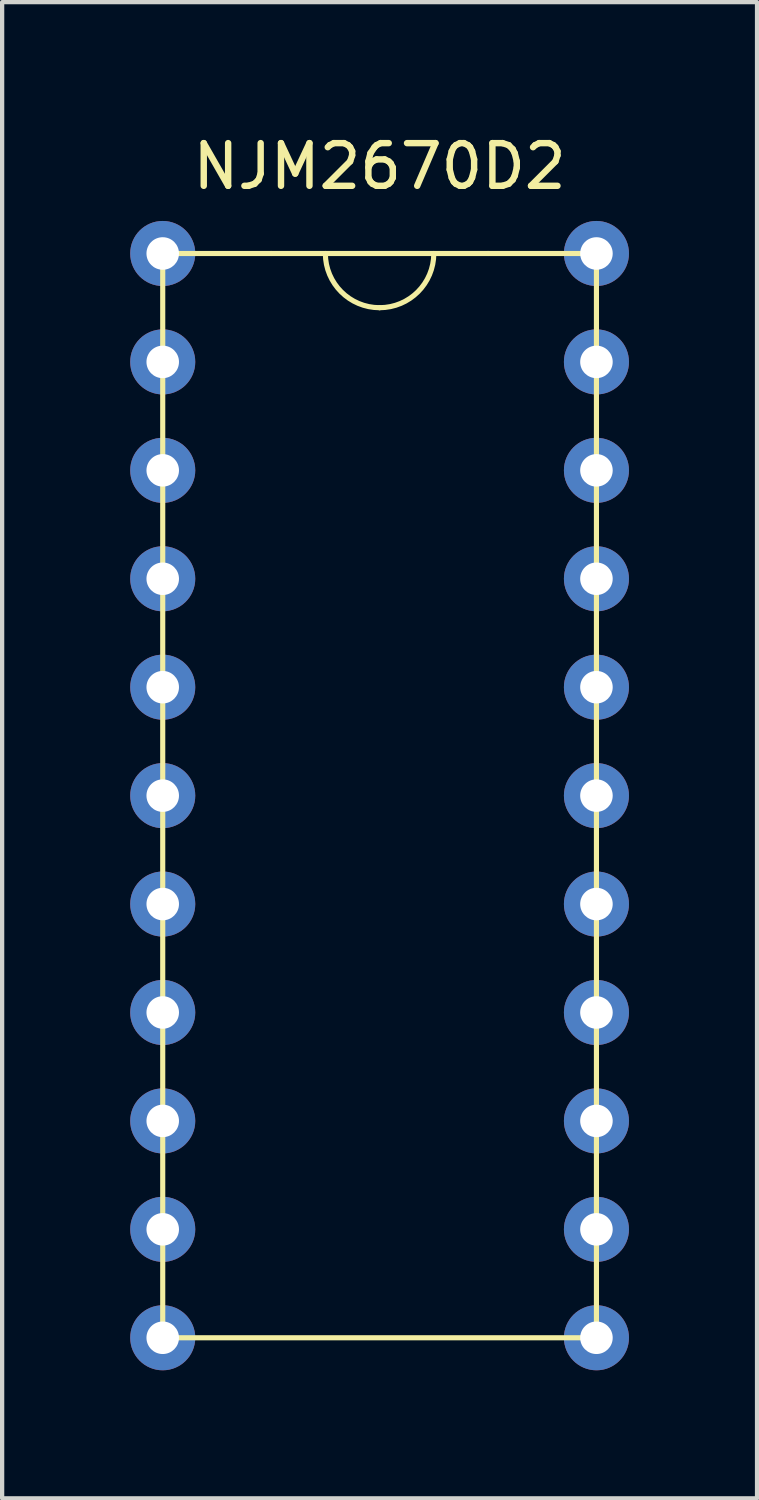
<source format=kicad_pcb>
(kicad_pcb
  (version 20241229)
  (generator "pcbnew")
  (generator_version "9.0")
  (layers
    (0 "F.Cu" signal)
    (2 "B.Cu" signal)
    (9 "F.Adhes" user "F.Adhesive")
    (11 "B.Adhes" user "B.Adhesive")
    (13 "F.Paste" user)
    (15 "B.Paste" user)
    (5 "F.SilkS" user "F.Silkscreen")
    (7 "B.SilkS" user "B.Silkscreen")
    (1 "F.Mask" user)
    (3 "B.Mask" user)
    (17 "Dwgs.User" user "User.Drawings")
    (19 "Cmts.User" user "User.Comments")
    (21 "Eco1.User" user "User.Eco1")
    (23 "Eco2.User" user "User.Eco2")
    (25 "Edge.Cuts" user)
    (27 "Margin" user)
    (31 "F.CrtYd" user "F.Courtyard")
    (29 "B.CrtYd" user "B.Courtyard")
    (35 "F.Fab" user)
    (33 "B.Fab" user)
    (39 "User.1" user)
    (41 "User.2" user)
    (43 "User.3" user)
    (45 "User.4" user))
  (footprint "NJM2670D2"
    (layer "F.Cu")
    (at 5.842 0.348)
    (property "Reference" "NJM2670D2" (at 0 0.5 0) (layer "F.SilkS") (effects (font (size 1 1) (thickness 0.15))))
    (attr through_hole)
    (fp_line (start -5.08 2.54) (end -5.08 27.94) (stroke (width 0.12) (type solid)) (layer "F.SilkS"))
    (fp_line (start -5.08 27.94) (end 5.08 27.94) (stroke (width 0.12) (type solid)) (layer "F.SilkS"))
    (fp_line (start -2.54 2.54) (end -5.08 2.54) (stroke (width 0.12) (type solid)) (layer "F.SilkS"))
    (fp_line (start -2.54 2.54) (end 2.54 2.54) (stroke (width 0.12) (type solid)) (layer "F.SilkS"))
    (fp_line (start 5.08 2.54) (end 2.54 2.54) (stroke (width 0.12) (type solid)) (layer "F.SilkS"))
    (fp_line (start 5.08 27.94) (end 5.08 2.54) (stroke (width 0.12) (type solid)) (layer "F.SilkS"))
    (fp_arc (start 0 3.81) (mid -0.898026 3.438026) (end -1.27 2.54) (stroke (width 0.12) (type solid)) (layer "F.SilkS"))
    (fp_arc (start 1.27 2.54) (mid 0.898026 3.438026) (end 0 3.81) (stroke (width 0.12) (type solid)) (layer "F.SilkS"))
    (pad "1" thru_hole circle (at -5.08 2.54) (size 1.524 1.524) (drill 0.762) (layers "*.Cu" "*.Mask"))
    (pad "2" thru_hole circle (at -5.08 5.08) (size 1.524 1.524) (drill 0.762) (layers "*.Cu" "*.Mask"))
    (pad "3" thru_hole circle (at -5.08 7.62) (size 1.524 1.524) (drill 0.762) (layers "*.Cu" "*.Mask"))
    (pad "4" thru_hole circle (at -5.08 10.16) (size 1.524 1.524) (drill 0.762) (layers "*.Cu" "*.Mask"))
    (pad "5" thru_hole circle (at -5.08 12.7) (size 1.524 1.524) (drill 0.762) (layers "*.Cu" "*.Mask"))
    (pad "6" thru_hole circle (at -5.08 15.24) (size 1.524 1.524) (drill 0.762) (layers "*.Cu" "*.Mask"))
    (pad "7" thru_hole circle (at -5.08 17.78) (size 1.524 1.524) (drill 0.762) (layers "*.Cu" "*.Mask"))
    (pad "8" thru_hole circle (at -5.08 20.32) (size 1.524 1.524) (drill 0.762) (layers "*.Cu" "*.Mask"))
    (pad "9" thru_hole circle (at -5.08 22.86) (size 1.524 1.524) (drill 0.762) (layers "*.Cu" "*.Mask"))
    (pad "10" thru_hole circle (at -5.08 25.4) (size 1.524 1.524) (drill 0.762) (layers "*.Cu" "*.Mask"))
    (pad "11" thru_hole circle (at -5.08 27.94) (size 1.524 1.524) (drill 0.762) (layers "*.Cu" "*.Mask"))
    (pad "12" thru_hole circle (at 5.08 2.54) (size 1.524 1.524) (drill 0.762) (layers "*.Cu" "*.Mask"))
    (pad "13" thru_hole circle (at 5.08 5.08) (size 1.524 1.524) (drill 0.762) (layers "*.Cu" "*.Mask"))
    (pad "14" thru_hole circle (at 5.08 7.62) (size 1.524 1.524) (drill 0.762) (layers "*.Cu" "*.Mask"))
    (pad "15" thru_hole circle (at 5.08 10.16) (size 1.524 1.524) (drill 0.762) (layers "*.Cu" "*.Mask"))
    (pad "16" thru_hole circle (at 5.08 12.7) (size 1.524 1.524) (drill 0.762) (layers "*.Cu" "*.Mask"))
    (pad "17" thru_hole circle (at 5.08 15.24) (size 1.524 1.524) (drill 0.762) (layers "*.Cu" "*.Mask"))
    (pad "18" thru_hole circle (at 5.08 17.78) (size 1.524 1.524) (drill 0.762) (layers "*.Cu" "*.Mask"))
    (pad "19" thru_hole circle (at 5.08 20.32) (size 1.524 1.524) (drill 0.762) (layers "*.Cu" "*.Mask"))
    (pad "20" thru_hole circle (at 5.08 22.86) (size 1.524 1.524) (drill 0.762) (layers "*.Cu" "*.Mask"))
    (pad "21" thru_hole circle (at 5.08 25.4) (size 1.524 1.524) (drill 0.762) (layers "*.Cu" "*.Mask"))
    (pad "22" thru_hole circle (at 5.08 27.94) (size 1.524 1.524) (drill 0.762) (layers "*.Cu" "*.Mask")))
  (gr_rect
    (start -3 -3)
    (end 14.684 32.05)
    (stroke (width 0.1) (type default))
    (fill no)
    (layer "Edge.Cuts")))
</source>
